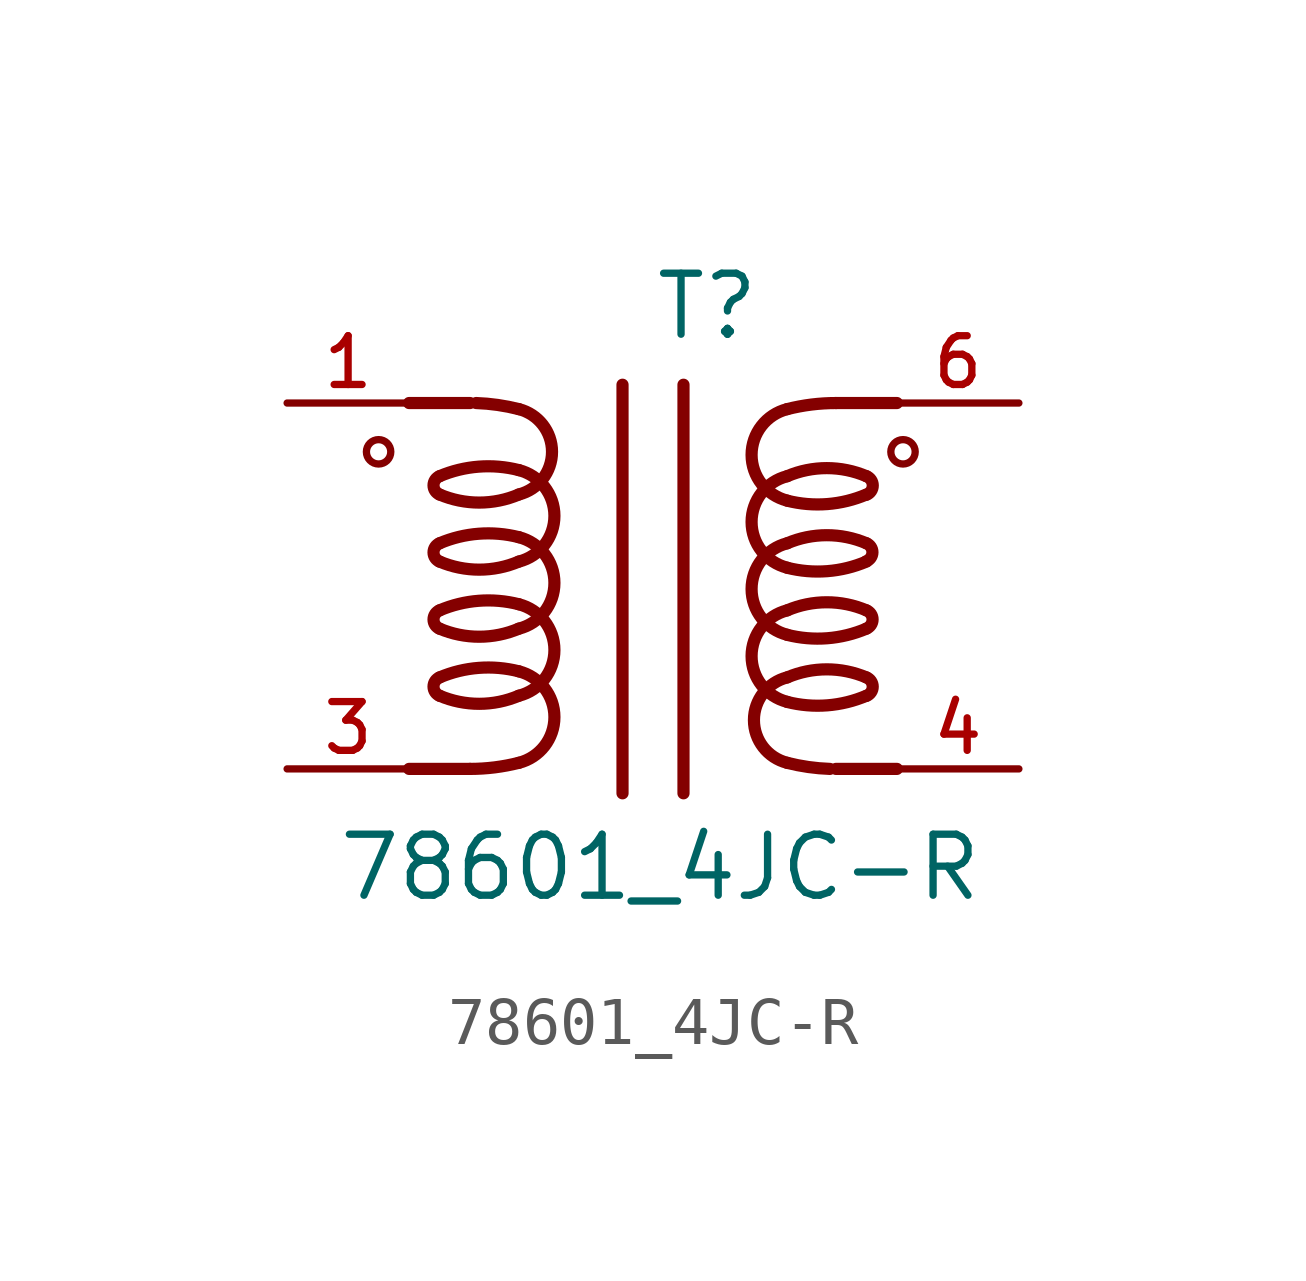
<source format=kicad_sym>
(kicad_symbol_lib
  (version 20241209)
  (generator "kicad_symbol_editor")
  (generator_version "9.0")
  (symbol "78601_4JC-R"
    (pin_names
      (offset 1.016))
    (property "Reference" "T"
      (at 0 6.35 0)
      (effects (font (size 1.27 1.27)) (justify left bottom)))
    (property "Value" "78601_4JC-R"
      (at -6.604 -5.334 0)
      (effects (font (size 1.27 1.27)) (justify left bottom)))
    (symbol "78601_4JC-R_0_0"
      (circle (center -5.715 4.064) (radius 0.254) (stroke (width 0) (type default)) (fill (type none)))
      (polyline (pts (xy -5.08 5.08) (xy -3.81 5.08)) (stroke (width 0.254) (type default)) (fill (type none)))
      (polyline (pts (xy -5.08 -2.54) (xy -3.81 -2.54)) (stroke (width 0.254) (type default)) (fill (type none)))
      (arc (start -4.445 3.175) (mid -4.571 3.3654) (end -4.445 3.556) (stroke (width 0.254) (type default)) (fill (type none)))
      (arc (start -4.445 1.778) (mid -4.571 1.9684) (end -4.445 2.159) (stroke (width 0.254) (type default)) (fill (type none)))
      (arc (start -4.445 0.381) (mid -4.571 0.5714) (end -4.445 0.762) (stroke (width 0.254) (type default)) (fill (type none)))
      (arc (start -4.445 -1.016) (mid -4.571 -0.8256) (end -4.445 -0.635) (stroke (width 0.254) (type default)) (fill (type none)))
      (arc (start -3.683 5.08) (mid -3.2263 5.039) (end -2.794 4.953) (stroke (width 0.254) (type default)) (fill (type none)))
      (arc (start -2.794 -2.413) (mid -3.307 -2.5092) (end -3.81 -2.54) (stroke (width 0.254) (type default)) (fill (type none)))
      (arc (start -2.794 3.175) (mid -3.621 3.0067) (end -4.445 3.175) (stroke (width 0.254) (type default)) (fill (type none)))
      (arc (start -2.794 1.778) (mid -3.621 1.6097) (end -4.445 1.778) (stroke (width 0.254) (type default)) (fill (type none)))
      (arc (start -2.794 0.381) (mid -3.621 0.2127) (end -4.445 0.381) (stroke (width 0.254) (type default)) (fill (type none)))
      (arc (start -2.794 -1.016) (mid -3.621 -1.1843) (end -4.445 -1.016) (stroke (width 0.254) (type default)) (fill (type none)))
      (arc (start -4.445 3.556) (mid -3.6234 3.7555) (end -2.794 3.683) (stroke (width 0.254) (type default)) (fill (type none)))
      (arc (start -4.445 2.159) (mid -3.6234 2.3585) (end -2.794 2.286) (stroke (width 0.254) (type default)) (fill (type none)))
      (arc (start -4.445 0.762) (mid -3.6234 0.9615) (end -2.794 0.889) (stroke (width 0.254) (type default)) (fill (type none)))
      (arc (start -4.445 -0.635) (mid -3.6234 -0.4355) (end -2.794 -0.508) (stroke (width 0.254) (type default)) (fill (type none)))
      (arc (start -2.794 3.683) (mid -2.0532 2.7348) (end -2.794 1.778) (stroke (width 0.254) (type default)) (fill (type none)))
      (arc (start -2.794 2.286) (mid -2.0532 1.3378) (end -2.794 0.381) (stroke (width 0.254) (type default)) (fill (type none)))
      (arc (start -2.794 0.889) (mid -2.0532 -0.0592) (end -2.794 -1.016) (stroke (width 0.254) (type default)) (fill (type none)))
      (arc (start -2.794 -0.508) (mid -2.0532 -1.4562) (end -2.794 -2.413) (stroke (width 0.254) (type default)) (fill (type none)))
      (arc (start -2.794 4.953) (mid -2.1026 4.068) (end -2.794 3.175) (stroke (width 0.254) (type default)) (fill (type none)))
      (polyline (pts (xy -0.635 5.461) (xy -0.635 -3.048)) (stroke (width 0.254) (type default)) (fill (type none)))
      (polyline (pts (xy 0.635 5.461) (xy 0.635 -3.048)) (stroke (width 0.254) (type default)) (fill (type none)))
      (arc (start 2.794 -2.413) (mid 2.1026 -1.528) (end 2.794 -0.635) (stroke (width 0.254) (type default)) (fill (type none)))
      (arc (start 2.794 3.048) (mid 2.0532 3.9962) (end 2.794 4.953) (stroke (width 0.254) (type default)) (fill (type none)))
      (arc (start 2.794 1.651) (mid 2.0532 2.5992) (end 2.794 3.556) (stroke (width 0.254) (type default)) (fill (type none)))
      (arc (start 2.794 0.254) (mid 2.0532 1.2022) (end 2.794 2.159) (stroke (width 0.254) (type default)) (fill (type none)))
      (arc (start 2.794 -1.143) (mid 2.0532 -0.1948) (end 2.794 0.762) (stroke (width 0.254) (type default)) (fill (type none)))
      (arc (start 4.445 3.175) (mid 3.6234 2.9755) (end 2.794 3.048) (stroke (width 0.254) (type default)) (fill (type none)))
      (arc (start 4.445 1.778) (mid 3.6234 1.5785) (end 2.794 1.651) (stroke (width 0.254) (type default)) (fill (type none)))
      (arc (start 4.445 0.381) (mid 3.6234 0.1815) (end 2.794 0.254) (stroke (width 0.254) (type default)) (fill (type none)))
      (arc (start 4.445 -1.016) (mid 3.6234 -1.2155) (end 2.794 -1.143) (stroke (width 0.254) (type default)) (fill (type none)))
      (arc (start 2.794 3.556) (mid 3.621 3.7243) (end 4.445 3.556) (stroke (width 0.254) (type default)) (fill (type none)))
      (arc (start 2.794 2.159) (mid 3.621 2.3273) (end 4.445 2.159) (stroke (width 0.254) (type default)) (fill (type none)))
      (arc (start 2.794 0.762) (mid 3.621 0.9303) (end 4.445 0.762) (stroke (width 0.254) (type default)) (fill (type none)))
      (arc (start 2.794 -0.635) (mid 3.621 -0.4667) (end 4.445 -0.635) (stroke (width 0.254) (type default)) (fill (type none)))
      (arc (start 2.794 4.953) (mid 3.307 5.0492) (end 3.81 5.08) (stroke (width 0.254) (type default)) (fill (type none)))
      (arc (start 3.683 -2.54) (mid 3.2263 -2.499) (end 2.794 -2.413) (stroke (width 0.254) (type default)) (fill (type none)))
      (arc (start 4.445 3.556) (mid 4.571 3.3656) (end 4.445 3.175) (stroke (width 0.254) (type default)) (fill (type none)))
      (arc (start 4.445 2.159) (mid 4.571 1.9686) (end 4.445 1.778) (stroke (width 0.254) (type default)) (fill (type none)))
      (arc (start 4.445 0.762) (mid 4.571 0.5716) (end 4.445 0.381) (stroke (width 0.254) (type default)) (fill (type none)))
      (arc (start 4.445 -0.635) (mid 4.571 -0.8254) (end 4.445 -1.016) (stroke (width 0.254) (type default)) (fill (type none)))
      (polyline (pts (xy 5.08 5.08) (xy 3.81 5.08)) (stroke (width 0.254) (type default)) (fill (type none)))
      (polyline (pts (xy 5.08 -2.54) (xy 3.81 -2.54)) (stroke (width 0.254) (type default)) (fill (type none)))
      (circle (center 5.207 4.064) (radius 0.254) (stroke (width 0) (type default)) (fill (type none)))
      (pin passive line (at -7.62 5.08 0) (length 2.54) (name "~" (effects (font (size 1.016 1.016)))) (number "1" (effects (font (size 1.016 1.016)))))
      (pin passive line (at -7.62 -2.54 0) (length 2.54) (name "~" (effects (font (size 1.016 1.016)))) (number "3" (effects (font (size 1.016 1.016)))))
      (pin passive line (at 7.62 5.08 180) (length 2.54) (name "~" (effects (font (size 1.016 1.016)))) (number "6" (effects (font (size 1.016 1.016)))))
      (pin passive line (at 7.62 -2.54 180) (length 2.54) (name "~" (effects (font (size 1.016 1.016)))) (number "4" (effects (font (size 1.016 1.016))))))))
</source>
